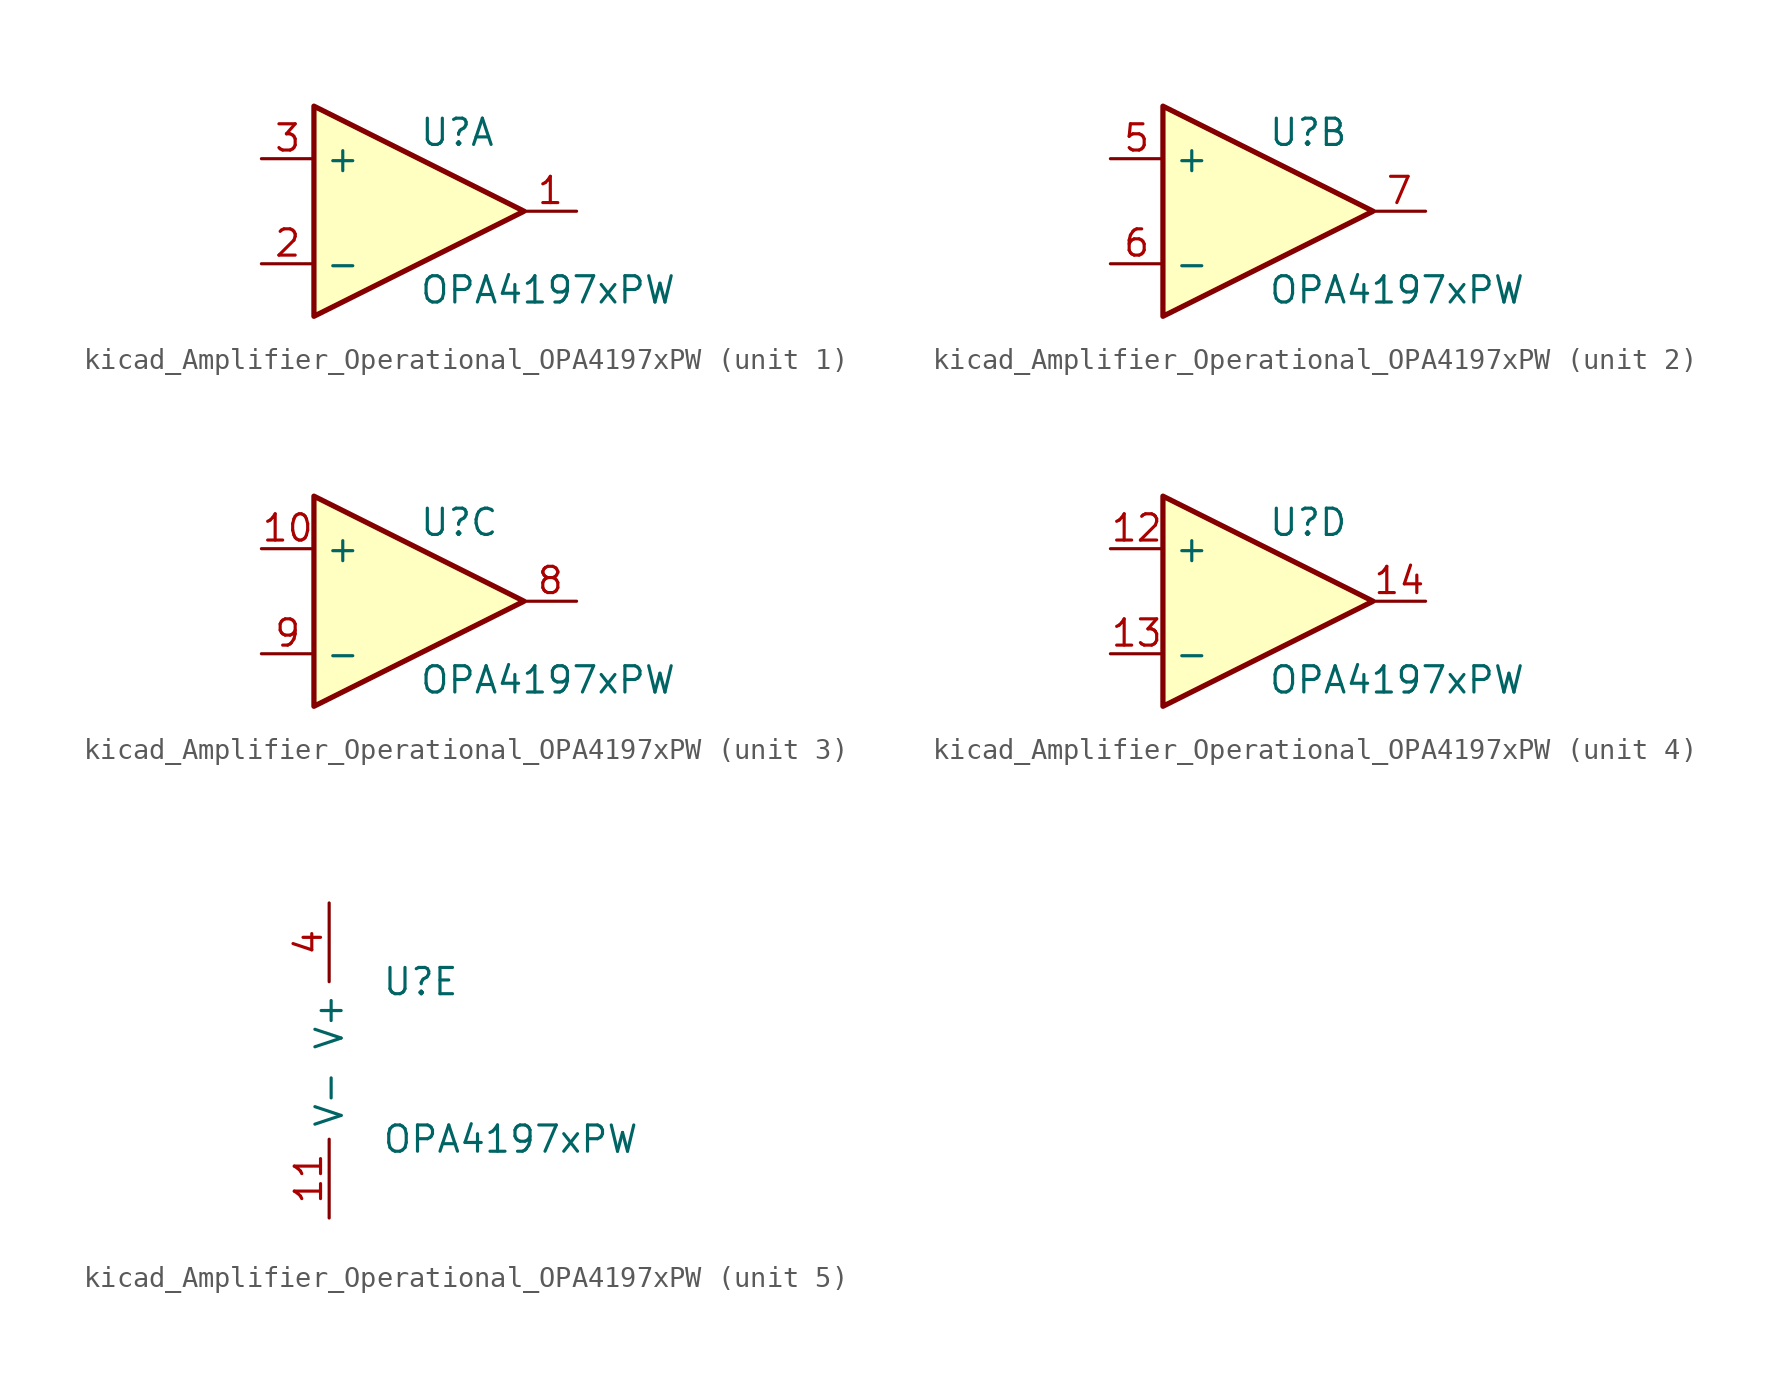
<source format=kicad_sym>
(kicad_symbol_lib
  (version 20220914)
  (generator kicad_symbol_editor)
  (symbol "kicad_Amplifier_Operational_OPA4197xPW"
    (property "Reference" "U"
      (at 0 3.81 0)
      (effects (font (size 1.27 1.27)) (justify left)))
    (property "Value" "OPA4197xPW"
      (at 0 -3.81 0)
      (effects (font (size 1.27 1.27)) (justify left)))
    (property "ki_locked" ""
      (at 0 0 0)
      (effects (font (size 1.27 1.27))))
    (symbol "kicad_Amplifier_Operational_OPA4197xPW_1_1"
      (polyline (pts (xy -5.08 5.08) (xy 5.08 0) (xy -5.08 -5.08) (xy -5.08 5.08)) (stroke (width 0.254) (type default)) (fill (type background)))
      (pin output line (at 7.62 0 180) (length 2.54) (name "~" (effects (font (size 1.27 1.27)))) (number "1" (effects (font (size 1.27 1.27)))))
      (pin input line (at -7.62 -2.54 0) (length 2.54) (name "-" (effects (font (size 1.27 1.27)))) (number "2" (effects (font (size 1.27 1.27)))))
      (pin input line (at -7.62 2.54 0) (length 2.54) (name "+" (effects (font (size 1.27 1.27)))) (number "3" (effects (font (size 1.27 1.27))))))
    (symbol "kicad_Amplifier_Operational_OPA4197xPW_2_1"
      (polyline (pts (xy -5.08 5.08) (xy 5.08 0) (xy -5.08 -5.08) (xy -5.08 5.08)) (stroke (width 0.254) (type default)) (fill (type background)))
      (pin input line (at -7.62 2.54 0) (length 2.54) (name "+" (effects (font (size 1.27 1.27)))) (number "5" (effects (font (size 1.27 1.27)))))
      (pin input line (at -7.62 -2.54 0) (length 2.54) (name "-" (effects (font (size 1.27 1.27)))) (number "6" (effects (font (size 1.27 1.27)))))
      (pin output line (at 7.62 0 180) (length 2.54) (name "~" (effects (font (size 1.27 1.27)))) (number "7" (effects (font (size 1.27 1.27))))))
    (symbol "kicad_Amplifier_Operational_OPA4197xPW_3_1"
      (polyline (pts (xy -5.08 5.08) (xy 5.08 0) (xy -5.08 -5.08) (xy -5.08 5.08)) (stroke (width 0.254) (type default)) (fill (type background)))
      (pin input line (at -7.62 2.54 0) (length 2.54) (name "+" (effects (font (size 1.27 1.27)))) (number "10" (effects (font (size 1.27 1.27)))))
      (pin output line (at 7.62 0 180) (length 2.54) (name "~" (effects (font (size 1.27 1.27)))) (number "8" (effects (font (size 1.27 1.27)))))
      (pin input line (at -7.62 -2.54 0) (length 2.54) (name "-" (effects (font (size 1.27 1.27)))) (number "9" (effects (font (size 1.27 1.27))))))
    (symbol "kicad_Amplifier_Operational_OPA4197xPW_4_1"
      (polyline (pts (xy -5.08 5.08) (xy 5.08 0) (xy -5.08 -5.08) (xy -5.08 5.08)) (stroke (width 0.254) (type default)) (fill (type background)))
      (pin input line (at -7.62 2.54 0) (length 2.54) (name "+" (effects (font (size 1.27 1.27)))) (number "12" (effects (font (size 1.27 1.27)))))
      (pin input line (at -7.62 -2.54 0) (length 2.54) (name "-" (effects (font (size 1.27 1.27)))) (number "13" (effects (font (size 1.27 1.27)))))
      (pin output line (at 7.62 0 180) (length 2.54) (name "~" (effects (font (size 1.27 1.27)))) (number "14" (effects (font (size 1.27 1.27))))))
    (symbol "kicad_Amplifier_Operational_OPA4197xPW_5_1"
      (pin power_in line (at -2.54 -7.62 90) (length 3.81) (name "V-" (effects (font (size 1.27 1.27)))) (number "11" (effects (font (size 1.27 1.27)))))
      (pin power_in line (at -2.54 7.62 270) (length 3.81) (name "V+" (effects (font (size 1.27 1.27)))) (number "4" (effects (font (size 1.27 1.27))))))))
</source>
